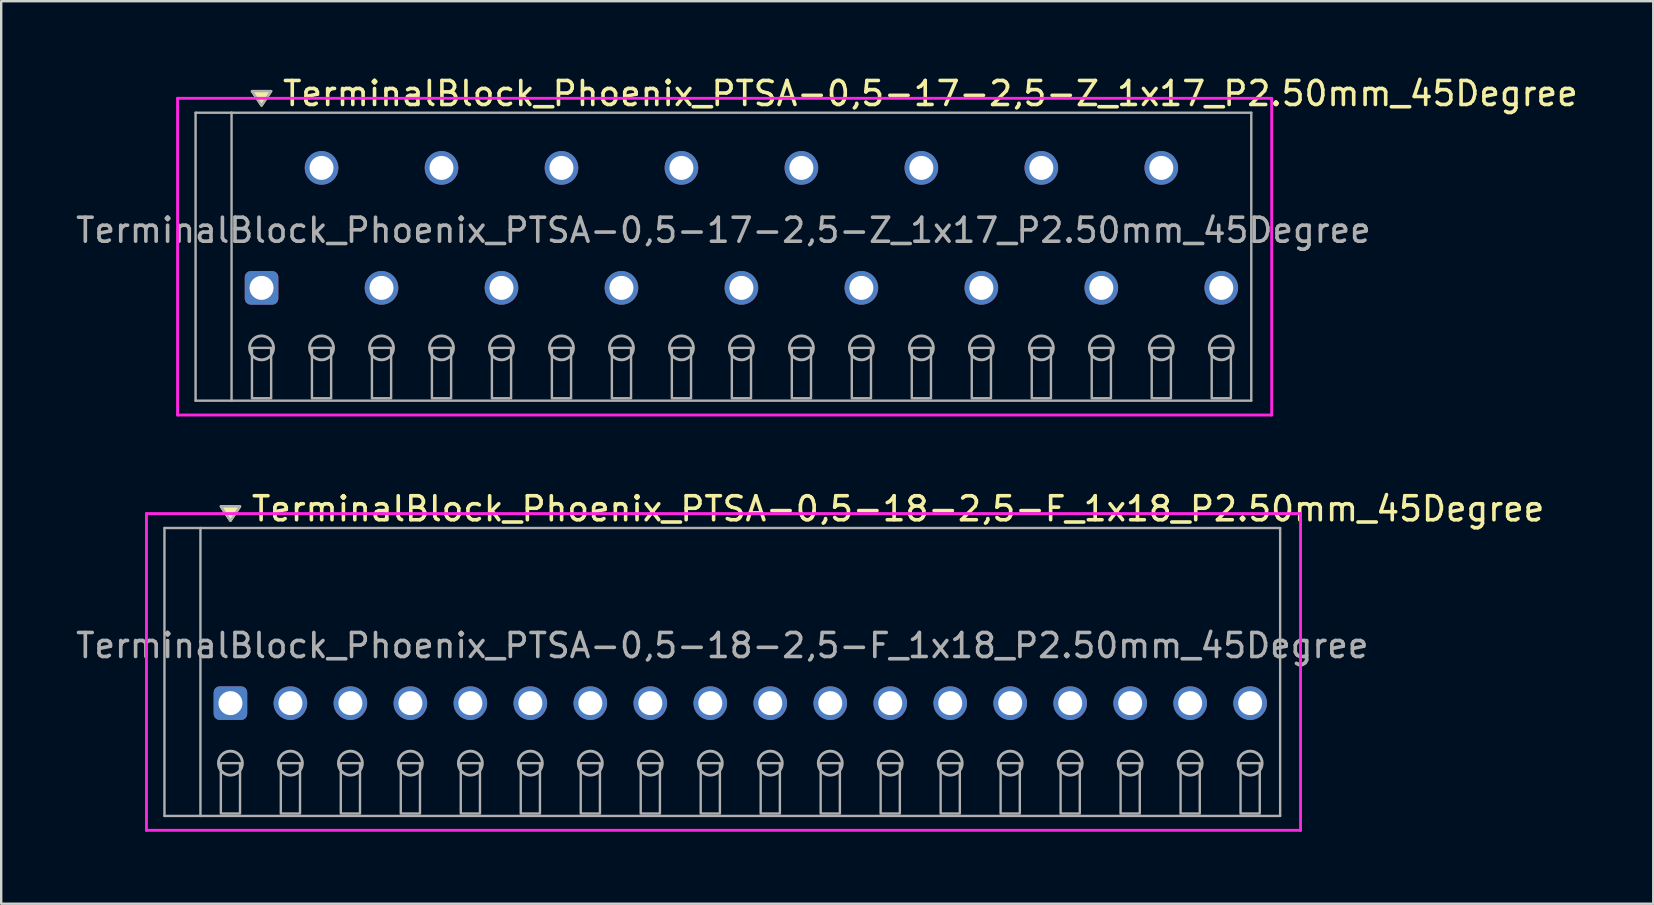
<source format=kicad_pcb>
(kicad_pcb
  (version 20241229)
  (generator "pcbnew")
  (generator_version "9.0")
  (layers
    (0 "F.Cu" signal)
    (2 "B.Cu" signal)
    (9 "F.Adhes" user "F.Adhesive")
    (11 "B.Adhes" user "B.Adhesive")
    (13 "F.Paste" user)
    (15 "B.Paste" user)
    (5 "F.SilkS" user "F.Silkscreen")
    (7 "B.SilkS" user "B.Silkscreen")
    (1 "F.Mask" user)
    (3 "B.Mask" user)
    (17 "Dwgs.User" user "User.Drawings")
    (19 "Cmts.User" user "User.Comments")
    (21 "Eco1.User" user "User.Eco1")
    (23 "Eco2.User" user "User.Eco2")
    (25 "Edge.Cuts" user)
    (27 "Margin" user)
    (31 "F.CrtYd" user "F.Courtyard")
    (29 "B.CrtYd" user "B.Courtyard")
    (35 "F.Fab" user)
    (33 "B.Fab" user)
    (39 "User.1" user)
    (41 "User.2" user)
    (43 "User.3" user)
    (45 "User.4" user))
  (footprint "TerminalBlock_Phoenix_PTSA-0,5-18-2,5-F_1x18_P2.50mm_45Degree"
    (layer "F.Cu")
    (at 6.554 26.256)
    (property "Reference" "TerminalBlock_Phoenix_PTSA-0,5-18-2,5-F_1x18_P2.50mm_45Degree" (at 0.8 -8.1 0) (layer "F.SilkS") (effects (font (size 1 1) (thickness 0.15)) (justify left)))
    (attr through_hole)
    (fp_poly (pts (xy 0 -7.6) (xy -0.4 -8.2) (xy 0.4 -8.2)) (stroke (width 0.1) (type solid)) (fill yes) (layer "F.SilkS"))
    (fp_line (start -3.5 -7.9) (end 44.6 -7.9) (stroke (width 0.12) (type solid)) (layer "F.CrtYd"))
    (fp_line (start -3.5 5.3) (end -3.5 -7.9) (stroke (width 0.12) (type solid)) (layer "F.CrtYd"))
    (fp_line (start 44.6 -7.9) (end 44.6 5.3) (stroke (width 0.12) (type solid)) (layer "F.CrtYd"))
    (fp_line (start 44.6 5.3) (end -3.5 5.3) (stroke (width 0.12) (type solid)) (layer "F.CrtYd"))
    (fp_line (start -2.75 -7.3) (end -1.25 -7.3) (stroke (width 0.1) (type solid)) (layer "F.Fab"))
    (fp_line (start -2.75 4.7) (end -2.75 -7.3) (stroke (width 0.1) (type solid)) (layer "F.Fab"))
    (fp_line (start -1.25 -7.3) (end -1.25 4.7) (stroke (width 0.1) (type solid)) (layer "F.Fab"))
    (fp_line (start -1.25 4.7) (end -2.75 4.7) (stroke (width 0.1) (type solid)) (layer "F.Fab"))
    (fp_line (start -1.25 4.7) (end 43.75 4.7) (stroke (width 0.1) (type solid)) (layer "F.Fab"))
    (fp_line (start 43.75 -7.3) (end -1.25 -7.3) (stroke (width 0.1) (type solid)) (layer "F.Fab"))
    (fp_line (start 43.75 4.7) (end 43.75 -7.3) (stroke (width 0.1) (type solid)) (layer "F.Fab"))
    (fp_circle (center 0 2.5) (end -0.5 2.5) (stroke (width 0.12) (type solid)) (fill no) (layer "F.Fab"))
    (fp_circle (center 2.5 2.5) (end 2 2.5) (stroke (width 0.12) (type solid)) (fill no) (layer "F.Fab"))
    (fp_circle (center 5 2.5) (end 4.5 2.5) (stroke (width 0.12) (type solid)) (fill no) (layer "F.Fab"))
    (fp_circle (center 7.5 2.5) (end 7 2.5) (stroke (width 0.12) (type solid)) (fill no) (layer "F.Fab"))
    (fp_circle (center 10 2.5) (end 9.5 2.5) (stroke (width 0.12) (type solid)) (fill no) (layer "F.Fab"))
    (fp_circle (center 12.5 2.5) (end 12 2.5) (stroke (width 0.12) (type solid)) (fill no) (layer "F.Fab"))
    (fp_circle (center 15 2.5) (end 14.5 2.5) (stroke (width 0.12) (type solid)) (fill no) (layer "F.Fab"))
    (fp_circle (center 17.5 2.5) (end 17 2.5) (stroke (width 0.12) (type solid)) (fill no) (layer "F.Fab"))
    (fp_circle (center 20 2.5) (end 19.5 2.5) (stroke (width 0.12) (type solid)) (fill no) (layer "F.Fab"))
    (fp_circle (center 22.5 2.5) (end 22 2.5) (stroke (width 0.12) (type solid)) (fill no) (layer "F.Fab"))
    (fp_circle (center 25 2.5) (end 24.5 2.5) (stroke (width 0.12) (type solid)) (fill no) (layer "F.Fab"))
    (fp_circle (center 27.5 2.5) (end 27 2.5) (stroke (width 0.12) (type solid)) (fill no) (layer "F.Fab"))
    (fp_circle (center 30 2.5) (end 29.5 2.5) (stroke (width 0.12) (type solid)) (fill no) (layer "F.Fab"))
    (fp_circle (center 32.5 2.5) (end 32 2.5) (stroke (width 0.12) (type solid)) (fill no) (layer "F.Fab"))
    (fp_circle (center 35 2.5) (end 34.5 2.5) (stroke (width 0.12) (type solid)) (fill no) (layer "F.Fab"))
    (fp_circle (center 37.5 2.5) (end 37 2.5) (stroke (width 0.12) (type solid)) (fill no) (layer "F.Fab"))
    (fp_circle (center 40 2.5) (end 39.5 2.5) (stroke (width 0.12) (type solid)) (fill no) (layer "F.Fab"))
    (fp_circle (center 42.5 2.5) (end 42 2.5) (stroke (width 0.12) (type solid)) (fill no) (layer "F.Fab"))
    (fp_poly (pts (xy 0 -7.6) (xy -0.4 -8.2) (xy 0.4 -8.2)) (stroke (width 0.1) (type solid)) (fill no) (layer "F.Fab"))
    (fp_poly (pts (xy -0.4 2.5) (xy -0.4 4.6) (xy 0.4 4.6) (xy 0.4 2.5)) (stroke (width 0.1) (type solid)) (fill no) (layer "F.Fab"))
    (fp_poly (pts (xy 2.1 2.5) (xy 2.1 4.6) (xy 2.9 4.6) (xy 2.9 2.5)) (stroke (width 0.1) (type solid)) (fill no) (layer "F.Fab"))
    (fp_poly (pts (xy 4.6 2.5) (xy 4.6 4.6) (xy 5.4 4.6) (xy 5.4 2.5)) (stroke (width 0.1) (type solid)) (fill no) (layer "F.Fab"))
    (fp_poly (pts (xy 7.1 2.5) (xy 7.1 4.6) (xy 7.9 4.6) (xy 7.9 2.5)) (stroke (width 0.1) (type solid)) (fill no) (layer "F.Fab"))
    (fp_poly (pts (xy 9.6 2.5) (xy 9.6 4.6) (xy 10.4 4.6) (xy 10.4 2.5)) (stroke (width 0.1) (type solid)) (fill no) (layer "F.Fab"))
    (fp_poly (pts (xy 12.1 2.5) (xy 12.1 4.6) (xy 12.9 4.6) (xy 12.9 2.5)) (stroke (width 0.1) (type solid)) (fill no) (layer "F.Fab"))
    (fp_poly (pts (xy 14.6 2.5) (xy 14.6 4.6) (xy 15.4 4.6) (xy 15.4 2.5)) (stroke (width 0.1) (type solid)) (fill no) (layer "F.Fab"))
    (fp_poly (pts (xy 17.1 2.5) (xy 17.1 4.6) (xy 17.9 4.6) (xy 17.9 2.5)) (stroke (width 0.1) (type solid)) (fill no) (layer "F.Fab"))
    (fp_poly (pts (xy 19.6 2.5) (xy 19.6 4.6) (xy 20.4 4.6) (xy 20.4 2.5)) (stroke (width 0.1) (type solid)) (fill no) (layer "F.Fab"))
    (fp_poly (pts (xy 22.1 2.5) (xy 22.1 4.6) (xy 22.9 4.6) (xy 22.9 2.5)) (stroke (width 0.1) (type solid)) (fill no) (layer "F.Fab"))
    (fp_poly (pts (xy 24.6 2.5) (xy 24.6 4.6) (xy 25.4 4.6) (xy 25.4 2.5)) (stroke (width 0.1) (type solid)) (fill no) (layer "F.Fab"))
    (fp_poly (pts (xy 27.1 2.5) (xy 27.1 4.6) (xy 27.9 4.6) (xy 27.9 2.5)) (stroke (width 0.1) (type solid)) (fill no) (layer "F.Fab"))
    (fp_poly (pts (xy 29.6 2.5) (xy 29.6 4.6) (xy 30.4 4.6) (xy 30.4 2.5)) (stroke (width 0.1) (type solid)) (fill no) (layer "F.Fab"))
    (fp_poly (pts (xy 32.1 2.5) (xy 32.1 4.6) (xy 32.9 4.6) (xy 32.9 2.5)) (stroke (width 0.1) (type solid)) (fill no) (layer "F.Fab"))
    (fp_poly (pts (xy 34.6 2.5) (xy 34.6 4.6) (xy 35.4 4.6) (xy 35.4 2.5)) (stroke (width 0.1) (type solid)) (fill no) (layer "F.Fab"))
    (fp_poly (pts (xy 37.1 2.5) (xy 37.1 4.6) (xy 37.9 4.6) (xy 37.9 2.5)) (stroke (width 0.1) (type solid)) (fill no) (layer "F.Fab"))
    (fp_poly (pts (xy 39.6 2.5) (xy 39.6 4.6) (xy 40.4 4.6) (xy 40.4 2.5)) (stroke (width 0.1) (type solid)) (fill no) (layer "F.Fab"))
    (fp_poly (pts (xy 42.1 2.5) (xy 42.1 4.6) (xy 42.9 4.6) (xy 42.9 2.5)) (stroke (width 0.1) (type solid)) (fill no) (layer "F.Fab"))
    (fp_text user "${REFERENCE}" (at 20.5 -2.4 0) (layer "F.Fab") (effects (font (size 1 1) (thickness 0.15))))
    (pad "1" thru_hole roundrect (at 0 0) (size 1.4 1.4) (drill 1) (layers "*.Cu" "*.Mask") (roundrect_rratio 0.179))
    (pad "2" thru_hole oval (at 2.5 0) (size 1.4 1.4) (drill 1) (layers "*.Cu" "*.Mask"))
    (pad "3" thru_hole oval (at 5 0) (size 1.4 1.4) (drill 1) (layers "*.Cu" "*.Mask"))
    (pad "4" thru_hole oval (at 7.5 0) (size 1.4 1.4) (drill 1) (layers "*.Cu" "*.Mask"))
    (pad "5" thru_hole oval (at 10 0) (size 1.4 1.4) (drill 1) (layers "*.Cu" "*.Mask"))
    (pad "6" thru_hole oval (at 12.5 0) (size 1.4 1.4) (drill 1) (layers "*.Cu" "*.Mask"))
    (pad "7" thru_hole oval (at 15 0) (size 1.4 1.4) (drill 1) (layers "*.Cu" "*.Mask"))
    (pad "8" thru_hole oval (at 17.5 0) (size 1.4 1.4) (drill 1) (layers "*.Cu" "*.Mask"))
    (pad "9" thru_hole oval (at 20 0) (size 1.4 1.4) (drill 1) (layers "*.Cu" "*.Mask"))
    (pad "10" thru_hole oval (at 22.5 0) (size 1.4 1.4) (drill 1) (layers "*.Cu" "*.Mask"))
    (pad "11" thru_hole oval (at 25 0) (size 1.4 1.4) (drill 1) (layers "*.Cu" "*.Mask"))
    (pad "12" thru_hole oval (at 27.5 0) (size 1.4 1.4) (drill 1) (layers "*.Cu" "*.Mask"))
    (pad "13" thru_hole oval (at 30 0) (size 1.4 1.4) (drill 1) (layers "*.Cu" "*.Mask"))
    (pad "14" thru_hole oval (at 32.5 0) (size 1.4 1.4) (drill 1) (layers "*.Cu" "*.Mask"))
    (pad "15" thru_hole oval (at 35 0) (size 1.4 1.4) (drill 1) (layers "*.Cu" "*.Mask"))
    (pad "16" thru_hole oval (at 37.5 0) (size 1.4 1.4) (drill 1) (layers "*.Cu" "*.Mask"))
    (pad "17" thru_hole oval (at 40 0) (size 1.4 1.4) (drill 1) (layers "*.Cu" "*.Mask"))
    (pad "18" thru_hole oval (at 42.5 0) (size 1.4 1.4) (drill 1) (layers "*.Cu" "*.Mask")))
  (footprint "TerminalBlock_Phoenix_PTSA-0,5-17-2,5-Z_1x17_P2.50mm_45Degree"
    (layer "F.Cu")
    (at 7.851 8.948)
    (property "Reference" "TerminalBlock_Phoenix_PTSA-0,5-17-2,5-Z_1x17_P2.50mm_45Degree" (at 0.8 -8.1 0) (layer "F.SilkS") (effects (font (size 1 1) (thickness 0.15)) (justify left)))
    (attr through_hole)
    (fp_poly (pts (xy 0 -7.6) (xy -0.4 -8.2) (xy 0.4 -8.2)) (stroke (width 0.1) (type solid)) (fill yes) (layer "F.SilkS"))
    (fp_line (start -3.5 -7.9) (end 42.1 -7.9) (stroke (width 0.12) (type solid)) (layer "F.CrtYd"))
    (fp_line (start -3.5 5.3) (end -3.5 -7.9) (stroke (width 0.12) (type solid)) (layer "F.CrtYd"))
    (fp_line (start 42.1 -7.9) (end 42.1 5.3) (stroke (width 0.12) (type solid)) (layer "F.CrtYd"))
    (fp_line (start 42.1 5.3) (end -3.5 5.3) (stroke (width 0.12) (type solid)) (layer "F.CrtYd"))
    (fp_line (start -2.75 -7.3) (end -1.25 -7.3) (stroke (width 0.1) (type solid)) (layer "F.Fab"))
    (fp_line (start -2.75 4.7) (end -2.75 -7.3) (stroke (width 0.1) (type solid)) (layer "F.Fab"))
    (fp_line (start -1.25 -7.3) (end -1.25 4.7) (stroke (width 0.1) (type solid)) (layer "F.Fab"))
    (fp_line (start -1.25 4.7) (end -2.75 4.7) (stroke (width 0.1) (type solid)) (layer "F.Fab"))
    (fp_line (start -1.25 4.7) (end 41.25 4.7) (stroke (width 0.1) (type solid)) (layer "F.Fab"))
    (fp_line (start 41.25 -7.3) (end -1.25 -7.3) (stroke (width 0.1) (type solid)) (layer "F.Fab"))
    (fp_line (start 41.25 4.7) (end 41.25 -7.3) (stroke (width 0.1) (type solid)) (layer "F.Fab"))
    (fp_circle (center 0 2.5) (end -0.5 2.5) (stroke (width 0.12) (type solid)) (fill no) (layer "F.Fab"))
    (fp_circle (center 2.5 2.5) (end 2 2.5) (stroke (width 0.12) (type solid)) (fill no) (layer "F.Fab"))
    (fp_circle (center 5 2.5) (end 4.5 2.5) (stroke (width 0.12) (type solid)) (fill no) (layer "F.Fab"))
    (fp_circle (center 7.5 2.5) (end 7 2.5) (stroke (width 0.12) (type solid)) (fill no) (layer "F.Fab"))
    (fp_circle (center 10 2.5) (end 9.5 2.5) (stroke (width 0.12) (type solid)) (fill no) (layer "F.Fab"))
    (fp_circle (center 12.5 2.5) (end 12 2.5) (stroke (width 0.12) (type solid)) (fill no) (layer "F.Fab"))
    (fp_circle (center 15 2.5) (end 14.5 2.5) (stroke (width 0.12) (type solid)) (fill no) (layer "F.Fab"))
    (fp_circle (center 17.5 2.5) (end 17 2.5) (stroke (width 0.12) (type solid)) (fill no) (layer "F.Fab"))
    (fp_circle (center 20 2.5) (end 19.5 2.5) (stroke (width 0.12) (type solid)) (fill no) (layer "F.Fab"))
    (fp_circle (center 22.5 2.5) (end 22 2.5) (stroke (width 0.12) (type solid)) (fill no) (layer "F.Fab"))
    (fp_circle (center 25 2.5) (end 24.5 2.5) (stroke (width 0.12) (type solid)) (fill no) (layer "F.Fab"))
    (fp_circle (center 27.5 2.5) (end 27 2.5) (stroke (width 0.12) (type solid)) (fill no) (layer "F.Fab"))
    (fp_circle (center 30 2.5) (end 29.5 2.5) (stroke (width 0.12) (type solid)) (fill no) (layer "F.Fab"))
    (fp_circle (center 32.5 2.5) (end 32 2.5) (stroke (width 0.12) (type solid)) (fill no) (layer "F.Fab"))
    (fp_circle (center 35 2.5) (end 34.5 2.5) (stroke (width 0.12) (type solid)) (fill no) (layer "F.Fab"))
    (fp_circle (center 37.5 2.5) (end 37 2.5) (stroke (width 0.12) (type solid)) (fill no) (layer "F.Fab"))
    (fp_circle (center 40 2.5) (end 39.5 2.5) (stroke (width 0.12) (type solid)) (fill no) (layer "F.Fab"))
    (fp_poly (pts (xy 0 -7.6) (xy -0.4 -8.2) (xy 0.4 -8.2)) (stroke (width 0.1) (type solid)) (fill no) (layer "F.Fab"))
    (fp_poly (pts (xy -0.4 2.5) (xy -0.4 4.6) (xy 0.4 4.6) (xy 0.4 2.5)) (stroke (width 0.1) (type solid)) (fill no) (layer "F.Fab"))
    (fp_poly (pts (xy 2.1 2.5) (xy 2.1 4.6) (xy 2.9 4.6) (xy 2.9 2.5)) (stroke (width 0.1) (type solid)) (fill no) (layer "F.Fab"))
    (fp_poly (pts (xy 4.6 2.5) (xy 4.6 4.6) (xy 5.4 4.6) (xy 5.4 2.5)) (stroke (width 0.1) (type solid)) (fill no) (layer "F.Fab"))
    (fp_poly (pts (xy 7.1 2.5) (xy 7.1 4.6) (xy 7.9 4.6) (xy 7.9 2.5)) (stroke (width 0.1) (type solid)) (fill no) (layer "F.Fab"))
    (fp_poly (pts (xy 9.6 2.5) (xy 9.6 4.6) (xy 10.4 4.6) (xy 10.4 2.5)) (stroke (width 0.1) (type solid)) (fill no) (layer "F.Fab"))
    (fp_poly (pts (xy 12.1 2.5) (xy 12.1 4.6) (xy 12.9 4.6) (xy 12.9 2.5)) (stroke (width 0.1) (type solid)) (fill no) (layer "F.Fab"))
    (fp_poly (pts (xy 14.6 2.5) (xy 14.6 4.6) (xy 15.4 4.6) (xy 15.4 2.5)) (stroke (width 0.1) (type solid)) (fill no) (layer "F.Fab"))
    (fp_poly (pts (xy 17.1 2.5) (xy 17.1 4.6) (xy 17.9 4.6) (xy 17.9 2.5)) (stroke (width 0.1) (type solid)) (fill no) (layer "F.Fab"))
    (fp_poly (pts (xy 19.6 2.5) (xy 19.6 4.6) (xy 20.4 4.6) (xy 20.4 2.5)) (stroke (width 0.1) (type solid)) (fill no) (layer "F.Fab"))
    (fp_poly (pts (xy 22.1 2.5) (xy 22.1 4.6) (xy 22.9 4.6) (xy 22.9 2.5)) (stroke (width 0.1) (type solid)) (fill no) (layer "F.Fab"))
    (fp_poly (pts (xy 24.6 2.5) (xy 24.6 4.6) (xy 25.4 4.6) (xy 25.4 2.5)) (stroke (width 0.1) (type solid)) (fill no) (layer "F.Fab"))
    (fp_poly (pts (xy 27.1 2.5) (xy 27.1 4.6) (xy 27.9 4.6) (xy 27.9 2.5)) (stroke (width 0.1) (type solid)) (fill no) (layer "F.Fab"))
    (fp_poly (pts (xy 29.6 2.5) (xy 29.6 4.6) (xy 30.4 4.6) (xy 30.4 2.5)) (stroke (width 0.1) (type solid)) (fill no) (layer "F.Fab"))
    (fp_poly (pts (xy 32.1 2.5) (xy 32.1 4.6) (xy 32.9 4.6) (xy 32.9 2.5)) (stroke (width 0.1) (type solid)) (fill no) (layer "F.Fab"))
    (fp_poly (pts (xy 34.6 2.5) (xy 34.6 4.6) (xy 35.4 4.6) (xy 35.4 2.5)) (stroke (width 0.1) (type solid)) (fill no) (layer "F.Fab"))
    (fp_poly (pts (xy 37.1 2.5) (xy 37.1 4.6) (xy 37.9 4.6) (xy 37.9 2.5)) (stroke (width 0.1) (type solid)) (fill no) (layer "F.Fab"))
    (fp_poly (pts (xy 39.6 2.5) (xy 39.6 4.6) (xy 40.4 4.6) (xy 40.4 2.5)) (stroke (width 0.1) (type solid)) (fill no) (layer "F.Fab"))
    (fp_text user "${REFERENCE}" (at 19.25 -2.4 0) (layer "F.Fab") (effects (font (size 1 1) (thickness 0.15))))
    (pad "1" thru_hole roundrect (at 0 0) (size 1.4 1.4) (drill 1) (layers "*.Cu" "*.Mask") (roundrect_rratio 0.179))
    (pad "2" thru_hole oval (at 2.5 -5) (size 1.4 1.4) (drill 1) (layers "*.Cu" "*.Mask"))
    (pad "3" thru_hole oval (at 5 0) (size 1.4 1.4) (drill 1) (layers "*.Cu" "*.Mask"))
    (pad "4" thru_hole oval (at 7.5 -5) (size 1.4 1.4) (drill 1) (layers "*.Cu" "*.Mask"))
    (pad "5" thru_hole oval (at 10 0) (size 1.4 1.4) (drill 1) (layers "*.Cu" "*.Mask"))
    (pad "6" thru_hole oval (at 12.5 -5) (size 1.4 1.4) (drill 1) (layers "*.Cu" "*.Mask"))
    (pad "7" thru_hole oval (at 15 0) (size 1.4 1.4) (drill 1) (layers "*.Cu" "*.Mask"))
    (pad "8" thru_hole oval (at 17.5 -5) (size 1.4 1.4) (drill 1) (layers "*.Cu" "*.Mask"))
    (pad "9" thru_hole oval (at 20 0) (size 1.4 1.4) (drill 1) (layers "*.Cu" "*.Mask"))
    (pad "10" thru_hole oval (at 22.5 -5) (size 1.4 1.4) (drill 1) (layers "*.Cu" "*.Mask"))
    (pad "11" thru_hole oval (at 25 0) (size 1.4 1.4) (drill 1) (layers "*.Cu" "*.Mask"))
    (pad "12" thru_hole oval (at 27.5 -5) (size 1.4 1.4) (drill 1) (layers "*.Cu" "*.Mask"))
    (pad "13" thru_hole oval (at 30 0) (size 1.4 1.4) (drill 1) (layers "*.Cu" "*.Mask"))
    (pad "14" thru_hole oval (at 32.5 -5) (size 1.4 1.4) (drill 1) (layers "*.Cu" "*.Mask"))
    (pad "15" thru_hole oval (at 35 0) (size 1.4 1.4) (drill 1) (layers "*.Cu" "*.Mask"))
    (pad "16" thru_hole oval (at 37.5 -5) (size 1.4 1.4) (drill 1) (layers "*.Cu" "*.Mask"))
    (pad "17" thru_hole oval (at 40 0) (size 1.4 1.4) (drill 1) (layers "*.Cu" "*.Mask")))
  (gr_rect
    (start -3 -3)
    (end 65.854 34.617)
    (stroke (width 0.1) (type default))
    (fill no)
    (layer "Edge.Cuts")))
</source>
